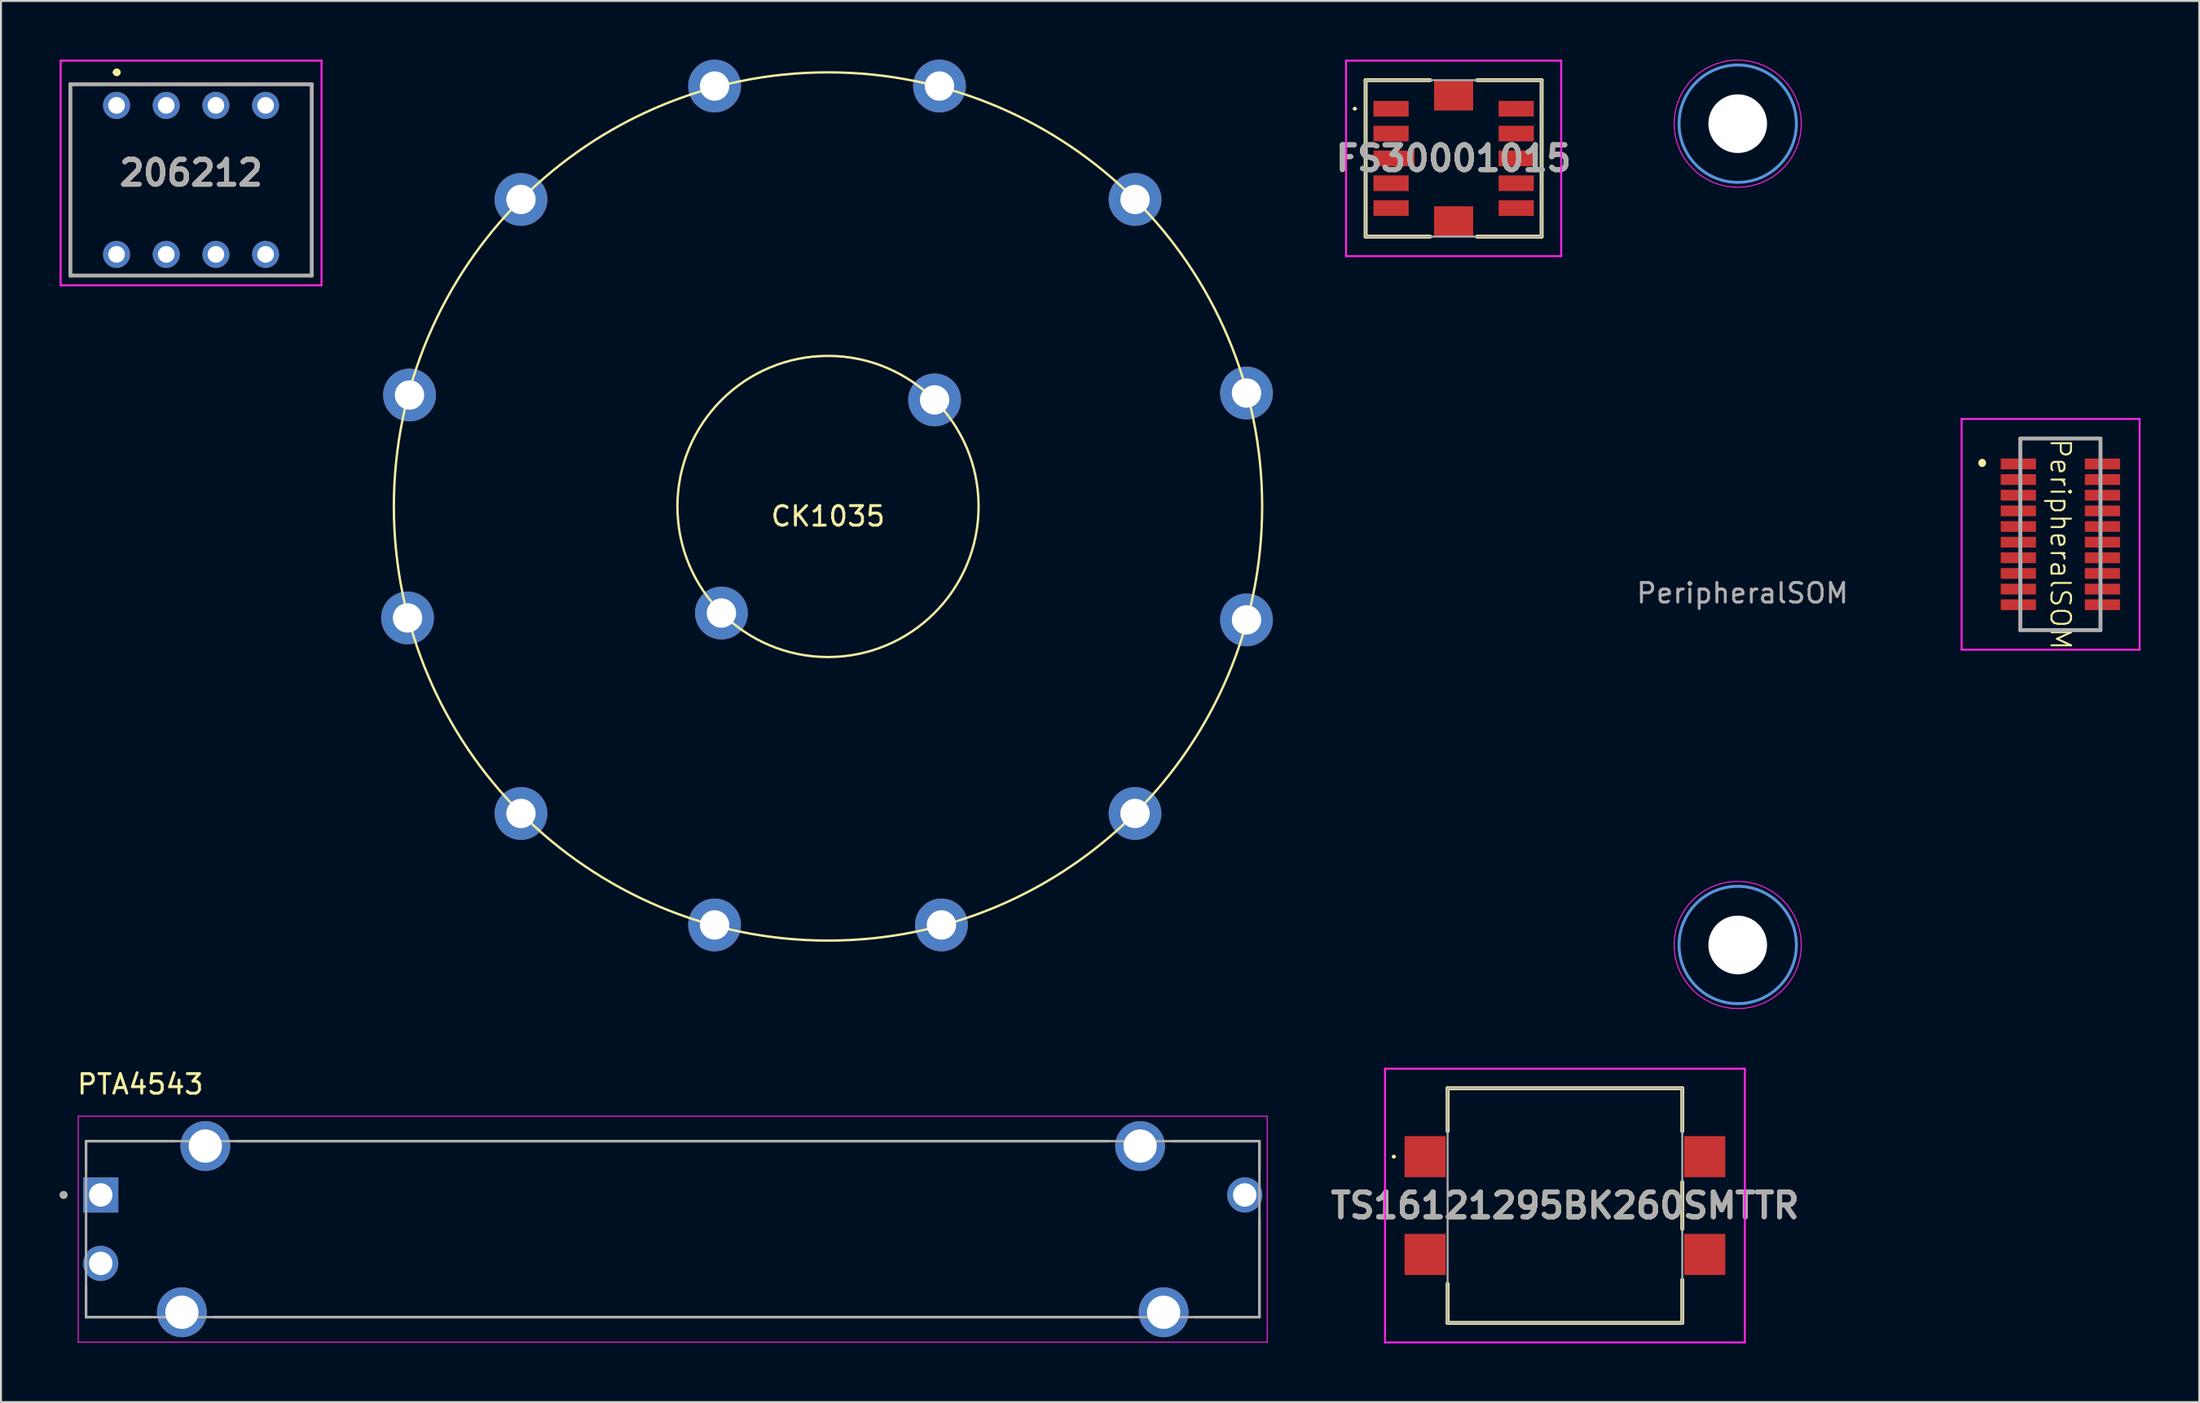
<source format=kicad_pcb>
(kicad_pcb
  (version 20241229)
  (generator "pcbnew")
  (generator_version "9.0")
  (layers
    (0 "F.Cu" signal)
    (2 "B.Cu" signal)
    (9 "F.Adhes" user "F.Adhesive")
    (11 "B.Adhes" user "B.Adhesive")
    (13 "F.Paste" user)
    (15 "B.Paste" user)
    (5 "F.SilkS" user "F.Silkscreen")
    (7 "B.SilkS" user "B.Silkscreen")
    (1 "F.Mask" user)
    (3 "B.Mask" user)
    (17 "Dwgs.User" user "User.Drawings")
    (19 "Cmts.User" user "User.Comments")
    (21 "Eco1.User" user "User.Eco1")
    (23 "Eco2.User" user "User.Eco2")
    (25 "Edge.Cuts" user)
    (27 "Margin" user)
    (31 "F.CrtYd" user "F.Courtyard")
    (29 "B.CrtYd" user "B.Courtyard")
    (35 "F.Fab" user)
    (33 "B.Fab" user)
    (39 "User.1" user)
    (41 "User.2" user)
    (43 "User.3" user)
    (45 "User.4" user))
  (footprint "PTA4543"
    (layer "F.Cu")
    (at 31.35 59.808)
    (property "Reference" "PTA4543" (at -27.225 -7.41 0) (layer "F.SilkS") (effects (font (size 1 1) (thickness 0.15))))
    (attr through_hole)
    (fp_line (start -30 -4.5) (end -30 -2.97) (stroke (width 0.127) (type solid)) (layer "F.SilkS"))
    (fp_line (start -30 -4.5) (end -25.495 -4.5) (stroke (width 0.127) (type solid)) (layer "F.SilkS"))
    (fp_line (start -30 4.5) (end -30 2.97) (stroke (width 0.127) (type solid)) (layer "F.SilkS"))
    (fp_line (start -30 4.5) (end -26.695 4.5) (stroke (width 0.127) (type solid)) (layer "F.SilkS"))
    (fp_line (start -23.505 4.5) (end 23.505 4.5) (stroke (width 0.127) (type solid)) (layer "F.SilkS"))
    (fp_line (start -22.305 -4.5) (end 22.305 -4.5) (stroke (width 0.127) (type solid)) (layer "F.SilkS"))
    (fp_line (start 25.495 -4.5) (end 30 -4.5) (stroke (width 0.127) (type solid)) (layer "F.SilkS"))
    (fp_line (start 26.695 4.5) (end 30 4.5) (stroke (width 0.127) (type solid)) (layer "F.SilkS"))
    (fp_line (start 30 -4.5) (end 30 -2.97) (stroke (width 0.127) (type solid)) (layer "F.SilkS"))
    (fp_line (start 30 4.5) (end 30 -0.53) (stroke (width 0.127) (type solid)) (layer "F.SilkS"))
    (fp_circle (center -31.15 -1.75) (end -31.05 -1.75) (stroke (width 0.2) (type solid)) (fill no) (layer "F.SilkS"))
    (fp_line (start -30.4 -5.775) (end -30.4 5.775) (stroke (width 0.05) (type solid)) (layer "F.CrtYd"))
    (fp_line (start -30.4 5.775) (end 30.4 5.775) (stroke (width 0.05) (type solid)) (layer "F.CrtYd"))
    (fp_line (start 30.4 -5.775) (end -30.4 -5.775) (stroke (width 0.05) (type solid)) (layer "F.CrtYd"))
    (fp_line (start 30.4 5.775) (end 30.4 -5.775) (stroke (width 0.05) (type solid)) (layer "F.CrtYd"))
    (fp_line (start -30 -4.5) (end -30 4.5) (stroke (width 0.127) (type solid)) (layer "F.Fab"))
    (fp_line (start -30 -4.5) (end 30 -4.5) (stroke (width 0.127) (type solid)) (layer "F.Fab"))
    (fp_line (start -30 4.5) (end 30 4.5) (stroke (width 0.127) (type solid)) (layer "F.Fab"))
    (fp_line (start 30 -4.5) (end 30 4.5) (stroke (width 0.127) (type solid)) (layer "F.Fab"))
    (fp_circle (center -31.15 -1.75) (end -31.05 -1.75) (stroke (width 0.2) (type solid)) (fill no) (layer "F.Fab"))
    (pad "1" thru_hole rect (at -29.25 -1.75) (size 1.8 1.8) (drill 1.2) (layers "*.Cu" "*.Mask"))
    (pad "2" thru_hole circle (at -29.25 1.75) (size 1.8 1.8) (drill 1.2) (layers "*.Cu" "*.Mask"))
    (pad "3" thru_hole circle (at 29.25 -1.75) (size 1.8 1.8) (drill 1.2) (layers "*.Cu" "*.Mask"))
    (pad "S1" thru_hole circle (at -23.9 -4.25) (size 2.55 2.55) (drill 1.7) (layers "*.Cu" "*.Mask"))
    (pad "S2" thru_hole circle (at -25.1 4.25) (size 2.55 2.55) (drill 1.7) (layers "*.Cu" "*.Mask"))
    (pad "S3" thru_hole circle (at 23.9 -4.25) (size 2.55 2.55) (drill 1.7) (layers "*.Cu" "*.Mask"))
    (pad "S4" thru_hole circle (at 25.1 4.25) (size 2.55 2.55) (drill 1.7) (layers "*.Cu" "*.Mask")))
  (footprint "206212"
    (layer "F.Cu")
    (at 2.91 2.34)
    (property "Reference" "206212" (at 3.81 3.455 0) (layer "F.SilkS") (effects (font (size 1.27 1.27) (thickness 0.254))))
    (attr through_hole)
    (fp_line (start -2.36 -1.08) (end 9.98 -1.08) (stroke (width 0.1) (type solid)) (layer "F.SilkS"))
    (fp_line (start -2.36 8.7) (end -2.36 -1.08) (stroke (width 0.1) (type solid)) (layer "F.SilkS"))
    (fp_line (start -0.09 -1.69) (end -0.09 -1.69) (stroke (width 0.2) (type solid)) (layer "F.SilkS"))
    (fp_line (start 0.11 -1.69) (end 0.11 -1.69) (stroke (width 0.2) (type solid)) (layer "F.SilkS"))
    (fp_line (start 9.98 -1.08) (end 9.98 8.7) (stroke (width 0.1) (type solid)) (layer "F.SilkS"))
    (fp_line (start 9.98 8.7) (end -2.36 8.7) (stroke (width 0.1) (type solid)) (layer "F.SilkS"))
    (fp_arc (start -0.09 -1.69) (mid 0.01 -1.79) (end 0.11 -1.69) (stroke (width 0.2) (type solid)) (layer "F.SilkS"))
    (fp_arc (start 0.11 -1.69) (mid 0.01 -1.59) (end -0.09 -1.69) (stroke (width 0.2) (type solid)) (layer "F.SilkS"))
    (fp_line (start -2.86 -2.29) (end 10.48 -2.29) (stroke (width 0.1) (type solid)) (layer "F.CrtYd"))
    (fp_line (start -2.86 9.2) (end -2.86 -2.29) (stroke (width 0.1) (type solid)) (layer "F.CrtYd"))
    (fp_line (start 10.48 -2.29) (end 10.48 9.2) (stroke (width 0.1) (type solid)) (layer "F.CrtYd"))
    (fp_line (start 10.48 9.2) (end -2.86 9.2) (stroke (width 0.1) (type solid)) (layer "F.CrtYd"))
    (fp_line (start -2.36 -1.08) (end 9.98 -1.08) (stroke (width 0.2) (type solid)) (layer "F.Fab"))
    (fp_line (start -2.36 8.7) (end -2.36 -1.08) (stroke (width 0.2) (type solid)) (layer "F.Fab"))
    (fp_line (start 9.98 -1.08) (end 9.98 8.7) (stroke (width 0.2) (type solid)) (layer "F.Fab"))
    (fp_line (start 9.98 8.7) (end -2.36 8.7) (stroke (width 0.2) (type solid)) (layer "F.Fab"))
    (fp_text user "${REFERENCE}" (at 3.81 3.455 0) (layer "F.Fab") (effects (font (size 1.27 1.27) (thickness 0.254))))
    (pad "A1" thru_hole circle (at 0 0) (size 1.381 1.381) (drill 0.85) (layers "*.Cu" "*.Mask"))
    (pad "A2" thru_hole circle (at 2.54 0) (size 1.381 1.381) (drill 0.85) (layers "*.Cu" "*.Mask"))
    (pad "A3" thru_hole circle (at 5.08 0) (size 1.381 1.381) (drill 0.85) (layers "*.Cu" "*.Mask"))
    (pad "A4" thru_hole circle (at 7.62 0) (size 1.381 1.381) (drill 0.85) (layers "*.Cu" "*.Mask"))
    (pad "B1" thru_hole circle (at 0 7.62) (size 1.381 1.381) (drill 0.85) (layers "*.Cu" "*.Mask"))
    (pad "B2" thru_hole circle (at 2.54 7.62) (size 1.381 1.381) (drill 0.85) (layers "*.Cu" "*.Mask"))
    (pad "B3" thru_hole circle (at 5.08 7.62) (size 1.381 1.381) (drill 0.85) (layers "*.Cu" "*.Mask"))
    (pad "B4" thru_hole circle (at 7.62 7.62) (size 1.381 1.381) (drill 0.85) (layers "*.Cu" "*.Mask")))
  (footprint "PeripheralSOM"
    (layer "F.Cu")
    (at 86.052 24.783)
    (property "Reference" "PeripheralSOM" (at 16.256 0 270) (unlocked yes) (layer "F.SilkS") (effects (font (size 1 1) (thickness 0.1))))
    (fp_line (start 12.256 -4.208) (end 12.256 -4.208) (stroke (width 0.3) (type solid)) (layer "F.SilkS"))
    (fp_line (start 12.256 -4.108) (end 12.256 -4.108) (stroke (width 0.3) (type solid)) (layer "F.SilkS"))
    (fp_line (start 14.206 -5.408) (end 18.306 -5.408) (stroke (width 0.1) (type solid)) (layer "F.SilkS"))
    (fp_line (start 14.206 4.392) (end 18.306 4.392) (stroke (width 0.1) (type solid)) (layer "F.SilkS"))
    (fp_arc (start 12.256 -4.208) (mid 12.306 -4.158) (end 12.256 -4.108) (stroke (width 0.3) (type solid)) (layer "F.SilkS"))
    (fp_arc (start 12.256 -4.108) (mid 12.206 -4.158) (end 12.256 -4.208) (stroke (width 0.3) (type solid)) (layer "F.SilkS"))
    (fp_circle (center -0.244 -21.508) (end 2.756 -21.508) (stroke (width 0.15) (type solid)) (fill no) (layer "Cmts.User"))
    (fp_circle (center -0.244 20.492) (end 2.756 20.492) (stroke (width 0.15) (type solid)) (fill no) (layer "Cmts.User"))
    (fp_line (start 11.206 -6.408) (end 20.306 -6.408) (stroke (width 0.1) (type solid)) (layer "F.CrtYd"))
    (fp_line (start 11.206 5.392) (end 11.206 -6.408) (stroke (width 0.1) (type solid)) (layer "F.CrtYd"))
    (fp_line (start 20.306 -6.408) (end 20.306 5.392) (stroke (width 0.1) (type solid)) (layer "F.CrtYd"))
    (fp_line (start 20.306 5.392) (end 11.206 5.392) (stroke (width 0.1) (type solid)) (layer "F.CrtYd"))
    (fp_circle (center -0.244 -21.508) (end 3.006 -21.508) (stroke (width 0.05) (type solid)) (fill no) (layer "F.CrtYd"))
    (fp_circle (center -0.244 20.492) (end 3.006 20.492) (stroke (width 0.05) (type solid)) (fill no) (layer "F.CrtYd"))
    (fp_line (start 14.206 -5.408) (end 18.306 -5.408) (stroke (width 0.2) (type solid)) (layer "F.Fab"))
    (fp_line (start 14.206 4.392) (end 14.206 -5.408) (stroke (width 0.2) (type solid)) (layer "F.Fab"))
    (fp_line (start 18.306 -5.408) (end 18.306 4.392) (stroke (width 0.2) (type solid)) (layer "F.Fab"))
    (fp_line (start 18.306 4.392) (end 14.206 4.392) (stroke (width 0.2) (type solid)) (layer "F.Fab"))
    (fp_text user "${REFERENCE}" (at 0 2.5 0) (unlocked yes) (layer "F.Fab") (effects (font (size 1 1) (thickness 0.15))))
    (pad "" np_thru_hole circle (at -0.244 -21.508) (size 3 3) (drill 3) (layers "*.Cu" "*.Mask"))
    (pad "" np_thru_hole circle (at -0.244 20.492) (size 3 3) (drill 3) (layers "*.Cu" "*.Mask"))
    (pad "1" smd rect (at 14.106 -4.108 90) (size 0.55 1.8) (layers "F.Cu" "F.Mask" "F.Paste"))
    (pad "2" smd rect (at 18.406 -4.108 90) (size 0.55 1.8) (layers "F.Cu" "F.Mask" "F.Paste"))
    (pad "3" smd rect (at 14.106 -3.308 90) (size 0.55 1.8) (layers "F.Cu" "F.Mask" "F.Paste"))
    (pad "4" smd rect (at 18.406 -3.308 90) (size 0.55 1.8) (layers "F.Cu" "F.Mask" "F.Paste"))
    (pad "5" smd rect (at 14.106 -2.508 90) (size 0.55 1.8) (layers "F.Cu" "F.Mask" "F.Paste"))
    (pad "6" smd rect (at 18.406 -2.508 90) (size 0.55 1.8) (layers "F.Cu" "F.Mask" "F.Paste"))
    (pad "7" smd rect (at 14.106 -1.708 90) (size 0.55 1.8) (layers "F.Cu" "F.Mask" "F.Paste"))
    (pad "8" smd rect (at 18.406 -1.708 90) (size 0.55 1.8) (layers "F.Cu" "F.Mask" "F.Paste"))
    (pad "9" smd rect (at 14.106 -0.908 90) (size 0.55 1.8) (layers "F.Cu" "F.Mask" "F.Paste"))
    (pad "10" smd rect (at 18.406 -0.908 90) (size 0.55 1.8) (layers "F.Cu" "F.Mask" "F.Paste"))
    (pad "11" smd rect (at 14.106 -0.108 90) (size 0.55 1.8) (layers "F.Cu" "F.Mask" "F.Paste"))
    (pad "12" smd rect (at 18.406 -0.108 90) (size 0.55 1.8) (layers "F.Cu" "F.Mask" "F.Paste"))
    (pad "13" smd rect (at 14.106 0.692 90) (size 0.55 1.8) (layers "F.Cu" "F.Mask" "F.Paste"))
    (pad "14" smd rect (at 18.406 0.692 90) (size 0.55 1.8) (layers "F.Cu" "F.Mask" "F.Paste"))
    (pad "15" smd rect (at 14.106 1.492 90) (size 0.55 1.8) (layers "F.Cu" "F.Mask" "F.Paste"))
    (pad "16" smd rect (at 18.406 1.492 90) (size 0.55 1.8) (layers "F.Cu" "F.Mask" "F.Paste"))
    (pad "17" smd rect (at 14.106 2.292 90) (size 0.55 1.8) (layers "F.Cu" "F.Mask" "F.Paste"))
    (pad "18" smd rect (at 18.406 2.292 90) (size 0.55 1.8) (layers "F.Cu" "F.Mask" "F.Paste"))
    (pad "19" smd rect (at 14.106 3.092 90) (size 0.55 1.8) (layers "F.Cu" "F.Mask" "F.Paste"))
    (pad "20" smd rect (at 18.406 3.092 90) (size 0.55 1.8) (layers "F.Cu" "F.Mask" "F.Paste")))
  (footprint "CK1035"
    (layer "F.Cu")
    (at 39.29 22.85)
    (property "Reference" "CK1035" (at 0 0.5 0) (layer "F.SilkS") (effects (font (size 1 1) (thickness 0.15))))
    (attr through_hole)
    (fp_circle (center 0 0) (end 7.7 0) (stroke (width 0.12) (type solid)) (fill no) (layer "F.SilkS"))
    (fp_circle (center 0 0) (end 22.2 0) (stroke (width 0.12) (type solid)) (fill no) (layer "F.SilkS"))
    (pad "1" thru_hole circle (at -5.8 21.4) (size 2.7 2.7) (drill 1.5) (layers "*.Cu" "*.Mask"))
    (pad "2" thru_hole circle (at -15.7 15.7) (size 2.7 2.7) (drill 1.5) (layers "*.Cu" "*.Mask"))
    (pad "3" thru_hole circle (at -21.5 5.7) (size 2.7 2.7) (drill 1.5) (layers "*.Cu" "*.Mask"))
    (pad "4" thru_hole circle (at -21.4 -5.7) (size 2.7 2.7) (drill 1.5) (layers "*.Cu" "*.Mask"))
    (pad "5" thru_hole circle (at -15.7 -15.7) (size 2.7 2.7) (drill 1.5) (layers "*.Cu" "*.Mask"))
    (pad "6" thru_hole circle (at -5.8 -21.5) (size 2.7 2.7) (drill 1.5) (layers "*.Cu" "*.Mask"))
    (pad "7" thru_hole circle (at 5.7 -21.5) (size 2.7 2.7) (drill 1.5) (layers "*.Cu" "*.Mask"))
    (pad "8" thru_hole circle (at 15.7 -15.7) (size 2.7 2.7) (drill 1.5) (layers "*.Cu" "*.Mask"))
    (pad "9" thru_hole circle (at 21.4 -5.8) (size 2.7 2.7) (drill 1.5) (layers "*.Cu" "*.Mask"))
    (pad "10" thru_hole circle (at 21.4 5.8) (size 2.7 2.7) (drill 1.5) (layers "*.Cu" "*.Mask"))
    (pad "11" thru_hole circle (at 15.7 15.7) (size 2.7 2.7) (drill 1.5) (layers "*.Cu" "*.Mask"))
    (pad "12" thru_hole circle (at 5.8 21.4) (size 2.7 2.7) (drill 1.5) (layers "*.Cu" "*.Mask"))
    (pad "13" thru_hole circle (at -5.45 5.45) (size 2.7 2.7) (drill 1.5) (layers "*.Cu" "*.Mask"))
    (pad "14" thru_hole circle (at 5.45 -5.45) (size 2.7 2.7) (drill 1.5) (layers "*.Cu" "*.Mask")))
  (footprint "FS30001015"
    (layer "F.Cu")
    (at 71.281 5.05)
    (property "Reference" "FS30001015" (at 0 0 0) (layer "F.SilkS") (effects (font (size 1.27 1.27) (thickness 0.254))))
    (attr smd)
    (fp_line (start -5.1 -2.54) (end -5.1 -2.54) (stroke (width 0.1) (type solid)) (layer "F.SilkS"))
    (fp_line (start -5 -2.54) (end -5 -2.54) (stroke (width 0.1) (type solid)) (layer "F.SilkS"))
    (fp_line (start -4.5 -4) (end -4.5 4) (stroke (width 0.2) (type solid)) (layer "F.SilkS"))
    (fp_line (start -4.5 4) (end -1.2 4) (stroke (width 0.2) (type solid)) (layer "F.SilkS"))
    (fp_line (start -1.2 -4) (end -4.5 -4) (stroke (width 0.2) (type solid)) (layer "F.SilkS"))
    (fp_line (start 1.2 4) (end 4.5 4) (stroke (width 0.2) (type solid)) (layer "F.SilkS"))
    (fp_line (start 4.5 -4) (end 1.2 -4) (stroke (width 0.2) (type solid)) (layer "F.SilkS"))
    (fp_line (start 4.5 4) (end 4.5 -4) (stroke (width 0.2) (type solid)) (layer "F.SilkS"))
    (fp_arc (start -5.1 -2.54) (mid -5.05 -2.59) (end -5 -2.54) (stroke (width 0.1) (type solid)) (layer "F.SilkS"))
    (fp_arc (start -5 -2.54) (mid -5.05 -2.49) (end -5.1 -2.54) (stroke (width 0.1) (type solid)) (layer "F.SilkS"))
    (fp_line (start -5.5 -5) (end 5.5 -5) (stroke (width 0.1) (type solid)) (layer "F.CrtYd"))
    (fp_line (start -5.5 5) (end -5.5 -5) (stroke (width 0.1) (type solid)) (layer "F.CrtYd"))
    (fp_line (start 5.5 -5) (end 5.5 5) (stroke (width 0.1) (type solid)) (layer "F.CrtYd"))
    (fp_line (start 5.5 5) (end -5.5 5) (stroke (width 0.1) (type solid)) (layer "F.CrtYd"))
    (fp_line (start -4.5 -4) (end -4.5 4) (stroke (width 0.1) (type solid)) (layer "F.Fab"))
    (fp_line (start -4.5 4) (end 4.5 4) (stroke (width 0.1) (type solid)) (layer "F.Fab"))
    (fp_line (start 4.5 -4) (end -4.5 -4) (stroke (width 0.1) (type solid)) (layer "F.Fab"))
    (fp_line (start 4.5 4) (end 4.5 -4) (stroke (width 0.1) (type solid)) (layer "F.Fab"))
    (fp_text user "${REFERENCE}" (at 0 0 0) (layer "F.Fab") (effects (font (size 1.27 1.27) (thickness 0.254))))
    (pad "1" smd rect (at -3.2 -2.54 90) (size 0.8 1.8) (layers "F.Cu" "F.Mask" "F.Paste"))
    (pad "2" smd rect (at -3.2 -1.27 90) (size 0.8 1.8) (layers "F.Cu" "F.Mask" "F.Paste"))
    (pad "3" smd rect (at -3.05 0 90) (size 0.8 2.1) (layers "F.Cu" "F.Mask" "F.Paste"))
    (pad "4" smd rect (at -3.2 1.27 90) (size 0.8 1.8) (layers "F.Cu" "F.Mask" "F.Paste"))
    (pad "5" smd rect (at -3.2 2.54 90) (size 0.8 1.8) (layers "F.Cu" "F.Mask" "F.Paste"))
    (pad "6" smd rect (at 3.2 2.54 90) (size 0.8 1.8) (layers "F.Cu" "F.Mask" "F.Paste"))
    (pad "7" smd rect (at 3.2 1.27 90) (size 0.8 1.8) (layers "F.Cu" "F.Mask" "F.Paste"))
    (pad "8" smd rect (at 3.2 0 90) (size 0.8 1.8) (layers "F.Cu" "F.Mask" "F.Paste"))
    (pad "9" smd rect (at 3.2 -1.27 90) (size 0.8 1.8) (layers "F.Cu" "F.Mask" "F.Paste"))
    (pad "10" smd rect (at 3.2 -2.54 90) (size 0.8 1.8) (layers "F.Cu" "F.Mask" "F.Paste"))
    (pad "MP1" smd rect (at 0 -3.225 90) (size 1.55 2) (layers "F.Cu" "F.Mask" "F.Paste"))
    (pad "MP2" smd rect (at 0 3.225 90) (size 1.55 2) (layers "F.Cu" "F.Mask" "F.Paste")))
  (footprint "TS16121295BK260SMTTR"
    (layer "F.Cu")
    (at 76.973 58.6)
    (property "Reference" "TS16121295BK260SMTTR" (at 0 0 0) (layer "F.SilkS") (effects (font (size 1.27 1.27) (thickness 0.254))))
    (attr smd)
    (fp_line (start -8.8 -2.5) (end -8.8 -2.5) (stroke (width 0.1) (type solid)) (layer "F.SilkS"))
    (fp_line (start -8.7 -2.5) (end -8.7 -2.5) (stroke (width 0.1) (type solid)) (layer "F.SilkS"))
    (fp_line (start -6 -6) (end -6 -3.8) (stroke (width 0.2) (type solid)) (layer "F.SilkS"))
    (fp_line (start -6 4) (end -6 6) (stroke (width 0.2) (type solid)) (layer "F.SilkS"))
    (fp_line (start -6 6) (end 6 6) (stroke (width 0.2) (type solid)) (layer "F.SilkS"))
    (fp_line (start 6 -6) (end -6 -6) (stroke (width 0.2) (type solid)) (layer "F.SilkS"))
    (fp_line (start 6 -3.8) (end 6 -6) (stroke (width 0.2) (type solid)) (layer "F.SilkS"))
    (fp_line (start 6 1.2) (end 6 -1.2) (stroke (width 0.2) (type solid)) (layer "F.SilkS"))
    (fp_line (start 6 6) (end 6 3.8) (stroke (width 0.2) (type solid)) (layer "F.SilkS"))
    (fp_arc (start -8.8 -2.5) (mid -8.75 -2.55) (end -8.7 -2.5) (stroke (width 0.1) (type solid)) (layer "F.SilkS"))
    (fp_arc (start -8.7 -2.5) (mid -8.75 -2.45) (end -8.8 -2.5) (stroke (width 0.1) (type solid)) (layer "F.SilkS"))
    (fp_line (start -9.2 -7) (end 9.2 -7) (stroke (width 0.1) (type solid)) (layer "F.CrtYd"))
    (fp_line (start -9.2 7) (end -9.2 -7) (stroke (width 0.1) (type solid)) (layer "F.CrtYd"))
    (fp_line (start 9.2 -7) (end 9.2 7) (stroke (width 0.1) (type solid)) (layer "F.CrtYd"))
    (fp_line (start 9.2 7) (end -9.2 7) (stroke (width 0.1) (type solid)) (layer "F.CrtYd"))
    (fp_line (start -6 -6) (end -6 6) (stroke (width 0.1) (type solid)) (layer "F.Fab"))
    (fp_line (start -6 6) (end 6 6) (stroke (width 0.1) (type solid)) (layer "F.Fab"))
    (fp_line (start 6 -6) (end -6 -6) (stroke (width 0.1) (type solid)) (layer "F.Fab"))
    (fp_line (start 6 6) (end 6 -6) (stroke (width 0.1) (type solid)) (layer "F.Fab"))
    (fp_text user "${REFERENCE}" (at 0 0 0) (layer "F.Fab") (effects (font (size 1.27 1.27) (thickness 0.254))))
    (pad "1" smd rect (at -7.15 -2.5 90) (size 2.1 2.1) (layers "F.Cu" "F.Mask" "F.Paste"))
    (pad "2" smd rect (at 7.15 -2.5 90) (size 2.1 2.1) (layers "F.Cu" "F.Mask" "F.Paste"))
    (pad "3" smd rect (at -7.15 2.5 90) (size 2.1 2.1) (layers "F.Cu" "F.Mask" "F.Paste"))
    (pad "4" smd rect (at 7.15 2.5 90) (size 2.1 2.1) (layers "F.Cu" "F.Mask" "F.Paste")))
  (gr_rect
    (start -3 -3)
    (end 109.408 68.65)
    (stroke (width 0.1) (type default))
    (fill no)
    (layer "Edge.Cuts")))
</source>
